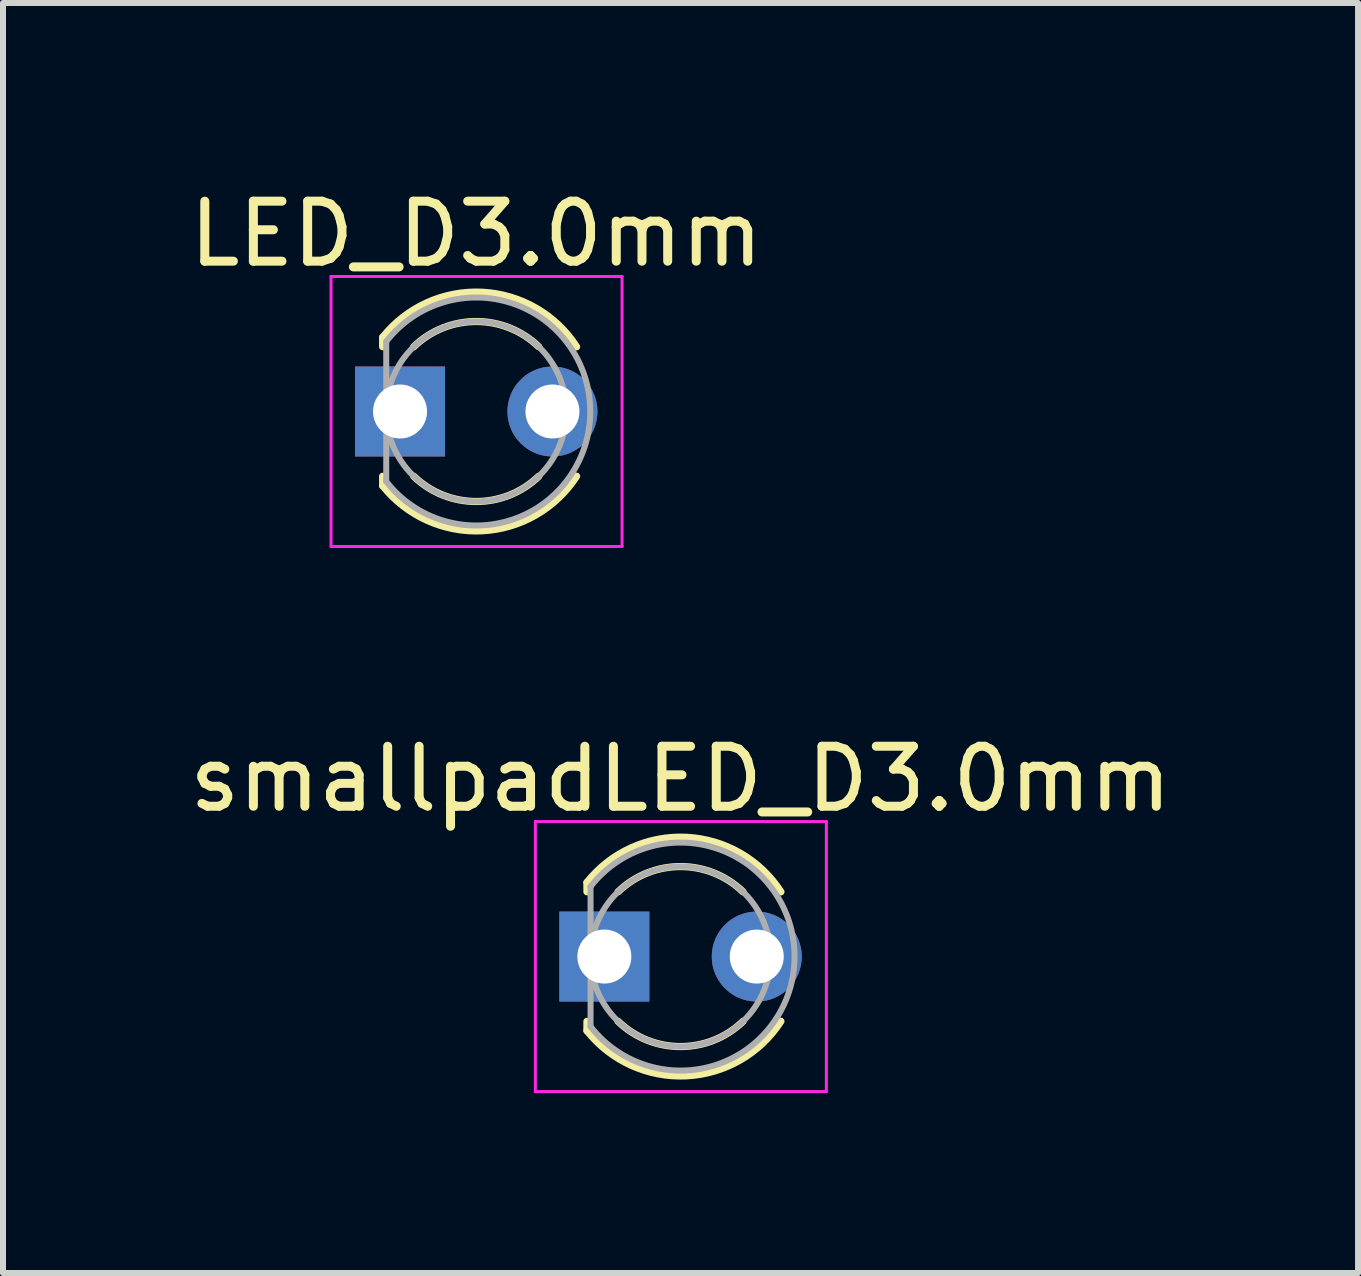
<source format=kicad_pcb>
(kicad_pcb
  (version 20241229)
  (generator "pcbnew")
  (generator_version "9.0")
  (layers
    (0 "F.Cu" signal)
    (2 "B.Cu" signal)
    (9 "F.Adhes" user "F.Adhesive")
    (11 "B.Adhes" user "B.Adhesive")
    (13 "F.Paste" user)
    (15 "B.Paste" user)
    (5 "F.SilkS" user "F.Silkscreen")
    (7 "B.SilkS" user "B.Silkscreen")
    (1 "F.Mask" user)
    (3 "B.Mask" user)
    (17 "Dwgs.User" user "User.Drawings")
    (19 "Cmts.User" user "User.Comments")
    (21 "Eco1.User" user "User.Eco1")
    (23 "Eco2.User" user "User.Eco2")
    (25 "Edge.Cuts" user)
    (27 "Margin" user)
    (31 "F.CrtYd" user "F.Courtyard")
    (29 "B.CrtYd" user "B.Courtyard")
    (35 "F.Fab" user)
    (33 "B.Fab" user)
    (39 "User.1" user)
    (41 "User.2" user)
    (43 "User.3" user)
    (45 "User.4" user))
  (footprint "smallpadLED_D3.0mm"
    (layer "F.Cu")
    (at 7.022 12.892)
    (property "Reference" "smallpadLED_D3.0mm" (at 1.27 -2.96 0) (layer "F.SilkS") (effects (font (size 1 1) (thickness 0.15))))
    (attr through_hole)
    (fp_line (start -0.29 -1.236) (end -0.29 -1.08) (stroke (width 0.12) (type solid)) (layer "F.SilkS"))
    (fp_line (start -0.29 1.08) (end -0.29 1.236) (stroke (width 0.12) (type solid)) (layer "F.SilkS"))
    (fp_arc (start -0.29 -1.235516) (mid 1.366487 -1.987659) (end 2.942335 -1.078608) (stroke (width 0.12) (type solid)) (layer "F.SilkS"))
    (fp_arc (start 0.229039 -1.08) (mid 1.270117 -1.5) (end 2.31113 -1.079837) (stroke (width 0.12) (type solid)) (layer "F.SilkS"))
    (fp_arc (start 2.31113 1.079837) (mid 1.270117 1.5) (end 0.229039 1.08) (stroke (width 0.12) (type solid)) (layer "F.SilkS"))
    (fp_arc (start 2.942335 1.078608) (mid 1.366487 1.987659) (end -0.29 1.235516) (stroke (width 0.12) (type solid)) (layer "F.SilkS"))
    (fp_line (start -1.15 -2.25) (end -1.15 2.25) (stroke (width 0.05) (type solid)) (layer "F.CrtYd"))
    (fp_line (start -1.15 2.25) (end 3.7 2.25) (stroke (width 0.05) (type solid)) (layer "F.CrtYd"))
    (fp_line (start 3.7 -2.25) (end -1.15 -2.25) (stroke (width 0.05) (type solid)) (layer "F.CrtYd"))
    (fp_line (start 3.7 2.25) (end 3.7 -2.25) (stroke (width 0.05) (type solid)) (layer "F.CrtYd"))
    (fp_line (start -0.23 -1.166) (end -0.23 1.166) (stroke (width 0.1) (type solid)) (layer "F.Fab"))
    (fp_arc (start -0.23 -1.16619) (mid 3.17 0.000452) (end -0.230555 1.165476) (stroke (width 0.1) (type solid)) (layer "F.Fab"))
    (fp_circle (center 1.27 0) (end 2.77 0) (stroke (width 0.1) (type solid)) (fill no) (layer "F.Fab"))
    (pad "1" thru_hole rect (at 0 0) (size 1.5 1.5) (drill 0.9) (layers "*.Cu" "*.Mask"))
    (pad "2" thru_hole circle (at 2.54 0) (size 1.5 1.5) (drill 0.9) (layers "*.Cu" "*.Mask")))
  (footprint "LED_D3.0mm"
    (layer "F.Cu")
    (at 3.617 3.808)
    (property "Reference" "LED_D3.0mm" (at 1.27 -2.96 0) (layer "F.SilkS") (effects (font (size 1 1) (thickness 0.15))))
    (attr through_hole)
    (fp_line (start -0.29 -1.236) (end -0.29 -1.08) (stroke (width 0.12) (type solid)) (layer "F.SilkS"))
    (fp_line (start -0.29 1.08) (end -0.29 1.236) (stroke (width 0.12) (type solid)) (layer "F.SilkS"))
    (fp_arc (start -0.29 -1.235516) (mid 1.366487 -1.987659) (end 2.942335 -1.078608) (stroke (width 0.12) (type solid)) (layer "F.SilkS"))
    (fp_arc (start 0.229039 -1.08) (mid 1.270117 -1.5) (end 2.31113 -1.079837) (stroke (width 0.12) (type solid)) (layer "F.SilkS"))
    (fp_arc (start 2.31113 1.079837) (mid 1.270117 1.5) (end 0.229039 1.08) (stroke (width 0.12) (type solid)) (layer "F.SilkS"))
    (fp_arc (start 2.942335 1.078608) (mid 1.366487 1.987659) (end -0.29 1.235516) (stroke (width 0.12) (type solid)) (layer "F.SilkS"))
    (fp_line (start -1.15 -2.25) (end -1.15 2.25) (stroke (width 0.05) (type solid)) (layer "F.CrtYd"))
    (fp_line (start -1.15 2.25) (end 3.7 2.25) (stroke (width 0.05) (type solid)) (layer "F.CrtYd"))
    (fp_line (start 3.7 -2.25) (end -1.15 -2.25) (stroke (width 0.05) (type solid)) (layer "F.CrtYd"))
    (fp_line (start 3.7 2.25) (end 3.7 -2.25) (stroke (width 0.05) (type solid)) (layer "F.CrtYd"))
    (fp_line (start -0.23 -1.166) (end -0.23 1.166) (stroke (width 0.1) (type solid)) (layer "F.Fab"))
    (fp_arc (start -0.23 -1.16619) (mid 3.17 0.000452) (end -0.230555 1.165476) (stroke (width 0.1) (type solid)) (layer "F.Fab"))
    (fp_circle (center 1.27 0) (end 2.77 0) (stroke (width 0.1) (type solid)) (fill no) (layer "F.Fab"))
    (pad "1" thru_hole rect (at 0 0) (size 1.5 1.5) (drill 0.9) (layers "*.Cu" "*.Mask"))
    (pad "2" thru_hole circle (at 2.54 0) (size 1.5 1.5) (drill 0.9) (layers "*.Cu" "*.Mask")))
  (gr_rect
    (start -3 -3)
    (end 19.583 18.166)
    (stroke (width 0.1) (type default))
    (fill no)
    (layer "Edge.Cuts")))
</source>
